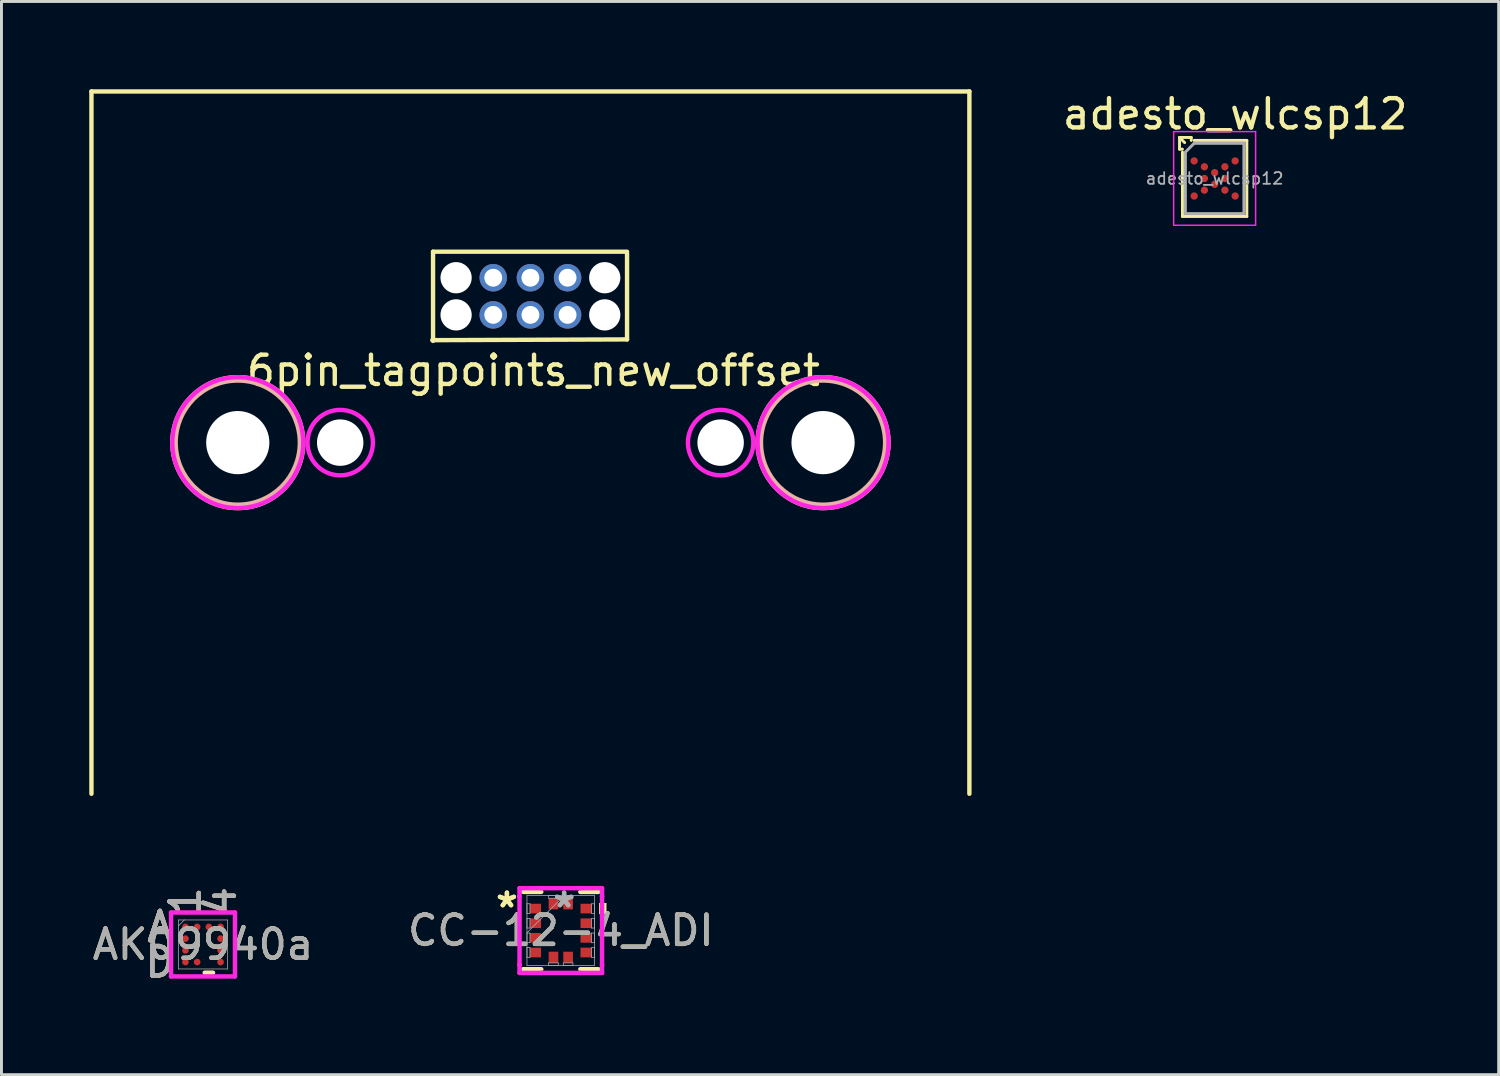
<source format=kicad_pcb>
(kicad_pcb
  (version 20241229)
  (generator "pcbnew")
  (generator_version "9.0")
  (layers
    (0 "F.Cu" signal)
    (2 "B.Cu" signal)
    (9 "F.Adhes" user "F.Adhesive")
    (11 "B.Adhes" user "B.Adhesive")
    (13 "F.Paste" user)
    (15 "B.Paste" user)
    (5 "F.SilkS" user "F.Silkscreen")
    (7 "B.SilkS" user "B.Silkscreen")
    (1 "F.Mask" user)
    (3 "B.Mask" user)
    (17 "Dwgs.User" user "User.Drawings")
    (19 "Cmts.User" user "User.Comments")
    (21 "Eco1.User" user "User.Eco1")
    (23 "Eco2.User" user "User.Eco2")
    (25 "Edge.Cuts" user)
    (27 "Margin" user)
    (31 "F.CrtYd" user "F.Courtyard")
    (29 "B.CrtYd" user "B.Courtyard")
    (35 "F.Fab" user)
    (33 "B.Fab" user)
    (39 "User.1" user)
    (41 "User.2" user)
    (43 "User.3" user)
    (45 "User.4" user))
  (footprint "adesto_wlcsp12"
    (layer "F.Cu")
    (at 38.456 3.048)
    (property "Reference" "adesto_wlcsp12" (at 0.7 -2.2 0) (layer "F.SilkS") (effects (font (size 1 1) (thickness 0.15))))
    (attr smd)
    (fp_line (start -1.2 -1.4) (end -1.025 -1.225) (stroke (width 0.1) (type solid)) (layer "F.SilkS"))
    (fp_line (start -1.2 -1) (end -1.2 -1.4) (stroke (width 0.1) (type solid)) (layer "F.SilkS"))
    (fp_line (start -1.2 -1) (end -1.1 -1) (stroke (width 0.1) (type solid)) (layer "F.SilkS"))
    (fp_line (start -1.1 1.3) (end -1.1 -0.9) (stroke (width 0.1) (type solid)) (layer "F.SilkS"))
    (fp_line (start -1.1 1.3) (end 1.1 1.3) (stroke (width 0.1) (type solid)) (layer "F.SilkS"))
    (fp_line (start -0.8 -1.4) (end -1.2 -1.4) (stroke (width 0.1) (type solid)) (layer "F.SilkS"))
    (fp_line (start -0.8 -1.4) (end -0.8 -1.3) (stroke (width 0.1) (type solid)) (layer "F.SilkS"))
    (fp_line (start 1.1 -1.3) (end -0.7 -1.3) (stroke (width 0.1) (type solid)) (layer "F.SilkS"))
    (fp_line (start 1.1 1.3) (end 1.1 -1.3) (stroke (width 0.1) (type solid)) (layer "F.SilkS"))
    (fp_line (start -1.4 1.6) (end -1.4 -1.6) (stroke (width 0.05) (type solid)) (layer "F.CrtYd"))
    (fp_line (start -1.4 1.6) (end 1.4 1.6) (stroke (width 0.05) (type solid)) (layer "F.CrtYd"))
    (fp_line (start 1.4 -1.6) (end -1.4 -1.6) (stroke (width 0.05) (type solid)) (layer "F.CrtYd"))
    (fp_line (start 1.4 1.6) (end 1.4 -1.6) (stroke (width 0.05) (type solid)) (layer "F.CrtYd"))
    (fp_line (start -1 -0.9) (end -1 1.2) (stroke (width 0.1) (type solid)) (layer "F.Fab"))
    (fp_line (start -1 1.2) (end 0.988 1.2) (stroke (width 0.1) (type solid)) (layer "F.Fab"))
    (fp_line (start -0.978 -0.922) (end -0.7 -1.2) (stroke (width 0.1) (type solid)) (layer "F.Fab"))
    (fp_line (start 1 -1.2) (end -0.7 -1.2) (stroke (width 0.1) (type solid)) (layer "F.Fab"))
    (fp_line (start 1 -1.2) (end 1 1.2) (stroke (width 0.1) (type solid)) (layer "F.Fab"))
    (fp_text user "${REFERENCE}" (at 0 0 0) (layer "F.Fab") (effects (font (size 0.4 0.4) (thickness 0.06))))
    (pad "A1" smd circle (at -0.7 -0.6) (size 0.25 0.25) (layers "F.Cu" "F.Mask" "F.Paste"))
    (pad "A5" smd circle (at 0.7 -0.6) (size 0.25 0.25) (layers "F.Cu" "F.Mask" "F.Paste"))
    (pad "B2" smd circle (at -0.35 -0.4) (size 0.25 0.25) (layers "F.Cu" "F.Mask" "F.Paste"))
    (pad "B4" smd circle (at 0.35 -0.4) (size 0.25 0.25) (layers "F.Cu" "F.Mask" "F.Paste"))
    (pad "C3" smd circle (at 0 -0.2) (size 0.25 0.25) (layers "F.Cu" "F.Mask" "F.Paste"))
    (pad "D2" smd circle (at -0.35 0) (size 0.25 0.25) (layers "F.Cu" "F.Mask" "F.Paste"))
    (pad "D4" smd circle (at 0.35 0) (size 0.25 0.25) (layers "F.Cu" "F.Mask" "F.Paste"))
    (pad "E3" smd circle (at 0 0.2) (size 0.25 0.25) (layers "F.Cu" "F.Mask" "F.Paste"))
    (pad "F2" smd circle (at -0.35 0.4) (size 0.25 0.25) (layers "F.Cu" "F.Mask" "F.Paste"))
    (pad "F4" smd circle (at 0.35 0.4) (size 0.25 0.25) (layers "F.Cu" "F.Mask" "F.Paste"))
    (pad "G1" smd circle (at -0.7 0.6) (size 0.25 0.25) (layers "F.Cu" "F.Mask" "F.Paste"))
    (pad "G5" smd circle (at 0.7 0.6) (size 0.25 0.25) (layers "F.Cu" "F.Mask" "F.Paste")))
  (footprint "AK09940a"
    (layer "F.Cu")
    (at 3.887 29.224)
    (property "Reference" "AK09940a" (at 0 0 0) (unlocked yes) (layer "F.SilkS") (effects (font (size 1 1) (thickness 0.15))))
    (attr smd)
    (fp_line (start 0.058 0.965) (end 0.342 0.965) (stroke (width 0.152) (type solid)) (layer "F.SilkS"))
    (fp_line (start -1.092 -1.092) (end 1.092 -1.092) (stroke (width 0.152) (type solid)) (layer "F.CrtYd"))
    (fp_line (start -1.092 1.092) (end -1.092 -1.092) (stroke (width 0.152) (type solid)) (layer "F.CrtYd"))
    (fp_line (start 1.092 -1.092) (end 1.092 1.092) (stroke (width 0.152) (type solid)) (layer "F.CrtYd"))
    (fp_line (start 1.092 1.092) (end -1.092 1.092) (stroke (width 0.152) (type solid)) (layer "F.CrtYd"))
    (fp_line (start -0.838 -0.838) (end -0.838 0.838) (stroke (width 0.025) (type solid)) (layer "F.Fab"))
    (fp_line (start -0.838 0.838) (end 0.838 0.838) (stroke (width 0.025) (type solid)) (layer "F.Fab"))
    (fp_line (start -0.638 -0.838) (end -0.838 -0.638) (stroke (width 0.025) (type solid)) (layer "F.Fab"))
    (fp_line (start 0.838 -0.838) (end -0.838 -0.838) (stroke (width 0.025) (type solid)) (layer "F.Fab"))
    (fp_line (start 0.838 0.838) (end 0.838 -0.838) (stroke (width 0.025) (type solid)) (layer "F.Fab"))
    (fp_text user "1" (at -0.6 -1.473 90) (unlocked yes) (layer "F.SilkS") (effects (font (size 1 1) (thickness 0.15))))
    (fp_text user "D" (at -1.473 0.6 0) (unlocked yes) (layer "F.SilkS") (effects (font (size 1 1) (thickness 0.15))))
    (fp_text user "A" (at -1.473 -0.6 0) (unlocked yes) (layer "F.SilkS") (effects (font (size 1 1) (thickness 0.15))))
    (fp_text user "4" (at 0.6 -1.473 90) (unlocked yes) (layer "F.SilkS") (effects (font (size 1 1) (thickness 0.15))))
    (fp_text user "A" (at -1.473 -0.6 0) (unlocked yes) (layer "B.SilkS") (effects (font (size 1 1) (thickness 0.15))))
    (fp_text user "1" (at -0.6 -1.473 90) (unlocked yes) (layer "B.SilkS") (effects (font (size 1 1) (thickness 0.15))))
    (fp_text user "D" (at -1.473 0.6 0) (unlocked yes) (layer "B.SilkS") (effects (font (size 1 1) (thickness 0.15))))
    (fp_text user "4" (at 0.6 -1.473 90) (unlocked yes) (layer "B.SilkS") (effects (font (size 1 1) (thickness 0.15))))
    (fp_text user "A" (at -1.473 -0.6 0) (unlocked yes) (layer "F.Fab") (effects (font (size 1 1) (thickness 0.15))))
    (fp_text user "${REFERENCE}" (at 0 0 0) (unlocked yes) (layer "F.Fab") (effects (font (size 1 1) (thickness 0.15))))
    (fp_text user "D" (at -1.473 0.6 0) (unlocked yes) (layer "F.Fab") (effects (font (size 1 1) (thickness 0.15))))
    (fp_text user "1" (at -0.6 -1.473 90) (unlocked yes) (layer "F.Fab") (effects (font (size 1 1) (thickness 0.15))))
    (fp_text user "4" (at 0.6 -1.473 90) (unlocked yes) (layer "F.Fab") (effects (font (size 1 1) (thickness 0.15))))
    (pad "A1" smd circle (at -0.6 -0.6) (size 0.229 0.229) (layers "F.Cu" "F.Mask" "F.Paste"))
    (pad "A2" smd circle (at -0.2 -0.6) (size 0.229 0.229) (layers "F.Cu" "F.Mask" "F.Paste"))
    (pad "A3" smd circle (at 0.2 -0.6) (size 0.229 0.229) (layers "F.Cu" "F.Mask" "F.Paste"))
    (pad "A4" smd circle (at 0.6 -0.6) (size 0.229 0.229) (layers "F.Cu" "F.Mask" "F.Paste"))
    (pad "B1" smd circle (at -0.6 -0.2) (size 0.229 0.229) (layers "F.Cu" "F.Mask" "F.Paste"))
    (pad "B4" smd circle (at 0.6 -0.2) (size 0.229 0.229) (layers "F.Cu" "F.Mask" "F.Paste"))
    (pad "C1" smd circle (at -0.6 0.2) (size 0.229 0.229) (layers "F.Cu" "F.Mask" "F.Paste"))
    (pad "C4" smd circle (at 0.6 0.2) (size 0.229 0.229) (layers "F.Cu" "F.Mask" "F.Paste"))
    (pad "D1" smd circle (at -0.6 0.6) (size 0.229 0.229) (layers "F.Cu" "F.Mask" "F.Paste"))
    (pad "D2" smd circle (at -0.2 0.6) (size 0.229 0.229) (layers "F.Cu" "F.Mask" "F.Paste"))
    (pad "D4" smd circle (at 0.6 0.6) (size 0.229 0.229) (layers "F.Cu" "F.Mask" "F.Paste")))
  (footprint "6pin_tagpoints_new_offset"
    (layer "F.Cu")
    (at 15.075 7.075)
    (property "Reference" "6pin_tagpoints_new_offset" (at 0.1 2.54 0) (layer "F.SilkS") (effects (font (size 1 1) (thickness 0.15))))
    (attr through_hole)
    (fp_line (start -15 -7) (end -15 17) (stroke (width 0.15) (type solid)) (layer "F.SilkS"))
    (fp_line (start -3.327 -1.524) (end 3.302 -1.524) (stroke (width 0.15) (type solid)) (layer "F.SilkS"))
    (fp_line (start -3.327 1.524) (end -3.327 -1.524) (stroke (width 0.15) (type solid)) (layer "F.SilkS"))
    (fp_line (start 3.302 -1.473) (end 3.302 1.475) (stroke (width 0.15) (type solid)) (layer "F.SilkS"))
    (fp_line (start 3.302 1.473) (end -3.353 1.499) (stroke (width 0.15) (type solid)) (layer "F.SilkS"))
    (fp_line (start 15 -7) (end -15 -7) (stroke (width 0.15) (type solid)) (layer "F.SilkS"))
    (fp_line (start 15 17) (end 15 -7) (stroke (width 0.15) (type solid)) (layer "F.SilkS"))
    (fp_circle (center -10 5) (end -9 7) (stroke (width 0.15) (type solid)) (fill no) (layer "F.SilkS"))
    (fp_circle (center 10 5) (end 11 7) (stroke (width 0.15) (type solid)) (fill no) (layer "F.SilkS"))
    (fp_circle (center -10 5) (end -8.5 6.5) (stroke (width 0.15) (type solid)) (fill no) (layer "B.SilkS"))
    (fp_circle (center 10 5) (end 11.5 6.5) (stroke (width 0.15) (type solid)) (fill no) (layer "B.SilkS"))
    (fp_circle (center -10 5) (end -8 6) (stroke (width 0.15) (type solid)) (fill no) (layer "F.CrtYd"))
    (fp_circle (center -6.5 5) (end -5.382 5) (stroke (width 0.15) (type solid)) (fill no) (layer "F.CrtYd"))
    (fp_circle (center 6.5 5) (end 7.618 5) (stroke (width 0.15) (type solid)) (fill no) (layer "F.CrtYd"))
    (fp_circle (center 10 5) (end 12 6) (stroke (width 0.15) (type solid)) (fill no) (layer "F.CrtYd"))
    (pad "" np_thru_hole circle (at -10 5) (size 2.16 2.16) (drill 2.16) (layers "*.Cu" "*.Mask"))
    (pad "" np_thru_hole circle (at -6.5 5) (size 1.587 1.587) (drill 1.587) (layers "*.Cu" "*.Mask"))
    (pad "" np_thru_hole circle (at -2.54 -0.635) (size 1.067 1.067) (drill 1.067) (layers "*.Cu"))
    (pad "" np_thru_hole circle (at -2.54 0.635) (size 1.067 1.067) (drill 1.067) (layers "*.Cu"))
    (pad "" np_thru_hole circle (at 2.54 -0.635) (size 1.067 1.067) (drill 1.067) (layers "*.Cu"))
    (pad "" np_thru_hole circle (at 2.54 0.635) (size 1.067 1.067) (drill 1.067) (layers "*.Cu"))
    (pad "" np_thru_hole circle (at 6.5 5) (size 1.587 1.587) (drill 1.587) (layers "*.Cu" "*.Mask"))
    (pad "" np_thru_hole circle (at 10 5) (size 2.16 2.16) (drill 2.16) (layers "*.Cu" "*.Mask"))
    (pad "1" thru_hole circle (at -1.27 0.635) (size 0.94 0.94) (drill 0.61) (layers "*.Cu" "*.Mask"))
    (pad "2" thru_hole circle (at -1.27 -0.635) (size 0.94 0.94) (drill 0.61) (layers "*.Cu" "*.Mask"))
    (pad "3" thru_hole circle (at 0 0.635) (size 0.94 0.94) (drill 0.61) (layers "*.Cu" "*.Mask"))
    (pad "4" thru_hole circle (at 0 -0.635) (size 0.94 0.94) (drill 0.61) (layers "*.Cu" "*.Mask"))
    (pad "5" thru_hole circle (at 1.27 0.635) (size 0.94 0.94) (drill 0.61) (layers "*.Cu" "*.Mask"))
    (pad "6" thru_hole circle (at 1.27 -0.635) (size 0.94 0.94) (drill 0.61) (layers "*.Cu" "*.Mask")))
  (footprint "CC-12-4_ADI"
    (layer "F.Cu")
    (at 16.113 28.748)
    (property "Reference" "CC-12-4_ADI" (at 0 0 0) (unlocked yes) (layer "F.SilkS") (effects (font (size 1 1) (thickness 0.15))))
    (attr smd)
    (fp_line (start -1.283 1.321) (end -0.668 1.321) (stroke (width 0.152) (type solid)) (layer "F.SilkS"))
    (fp_line (start -0.668 -1.321) (end -1.283 -1.321) (stroke (width 0.152) (type solid)) (layer "F.SilkS"))
    (fp_line (start 0.668 1.321) (end 1.283 1.321) (stroke (width 0.152) (type solid)) (layer "F.SilkS"))
    (fp_line (start 1.283 -1.321) (end 0.668 -1.321) (stroke (width 0.152) (type solid)) (layer "F.SilkS"))
    (fp_poly (pts (xy 1.562 -0.941) (xy 1.562 -0.56) (xy 1.308 -0.56) (xy 1.308 -0.941)) (stroke (width 0) (type solid)) (fill yes) (layer "F.SilkS"))
    (fp_line (start -1.41 -1.448) (end -0.669 -1.448) (stroke (width 0.152) (type solid)) (layer "F.CrtYd"))
    (fp_line (start -1.41 -1.169) (end -1.41 -1.448) (stroke (width 0.152) (type solid)) (layer "F.CrtYd"))
    (fp_line (start -1.41 -1.169) (end -1.41 -1.169) (stroke (width 0.152) (type solid)) (layer "F.CrtYd"))
    (fp_line (start -1.41 1.169) (end -1.41 -1.169) (stroke (width 0.152) (type solid)) (layer "F.CrtYd"))
    (fp_line (start -1.41 1.169) (end -1.41 1.169) (stroke (width 0.152) (type solid)) (layer "F.CrtYd"))
    (fp_line (start -1.41 1.448) (end -1.41 1.169) (stroke (width 0.152) (type solid)) (layer "F.CrtYd"))
    (fp_line (start -0.669 -1.448) (end -0.669 -1.448) (stroke (width 0.152) (type solid)) (layer "F.CrtYd"))
    (fp_line (start -0.669 -1.448) (end 0.669 -1.448) (stroke (width 0.152) (type solid)) (layer "F.CrtYd"))
    (fp_line (start -0.669 1.448) (end -1.41 1.448) (stroke (width 0.152) (type solid)) (layer "F.CrtYd"))
    (fp_line (start -0.669 1.448) (end -0.669 1.448) (stroke (width 0.152) (type solid)) (layer "F.CrtYd"))
    (fp_line (start 0.669 -1.448) (end 0.669 -1.448) (stroke (width 0.152) (type solid)) (layer "F.CrtYd"))
    (fp_line (start 0.669 -1.448) (end 1.41 -1.448) (stroke (width 0.152) (type solid)) (layer "F.CrtYd"))
    (fp_line (start 0.669 1.448) (end -0.669 1.448) (stroke (width 0.152) (type solid)) (layer "F.CrtYd"))
    (fp_line (start 0.669 1.448) (end 0.669 1.448) (stroke (width 0.152) (type solid)) (layer "F.CrtYd"))
    (fp_line (start 1.41 -1.448) (end 1.41 -1.169) (stroke (width 0.152) (type solid)) (layer "F.CrtYd"))
    (fp_line (start 1.41 -1.169) (end 1.41 -1.169) (stroke (width 0.152) (type solid)) (layer "F.CrtYd"))
    (fp_line (start 1.41 -1.169) (end 1.41 1.169) (stroke (width 0.152) (type solid)) (layer "F.CrtYd"))
    (fp_line (start 1.41 1.169) (end 1.41 1.169) (stroke (width 0.152) (type solid)) (layer "F.CrtYd"))
    (fp_line (start 1.41 1.169) (end 1.41 1.448) (stroke (width 0.152) (type solid)) (layer "F.CrtYd"))
    (fp_line (start 1.41 1.448) (end 0.669 1.448) (stroke (width 0.152) (type solid)) (layer "F.CrtYd"))
    (fp_line (start -1.156 -1.194) (end -1.156 1.194) (stroke (width 0.025) (type solid)) (layer "F.Fab"))
    (fp_line (start -1.156 -0.915) (end -1.054 -0.915) (stroke (width 0.025) (type solid)) (layer "F.Fab"))
    (fp_line (start -1.156 -0.585) (end -1.156 -0.915) (stroke (width 0.025) (type solid)) (layer "F.Fab"))
    (fp_line (start -1.156 -0.415) (end -1.054 -0.415) (stroke (width 0.025) (type solid)) (layer "F.Fab"))
    (fp_line (start -1.156 -0.085) (end -1.156 -0.415) (stroke (width 0.025) (type solid)) (layer "F.Fab"))
    (fp_line (start -1.156 0.076) (end 0.114 -1.194) (stroke (width 0.025) (type solid)) (layer "F.Fab"))
    (fp_line (start -1.156 0.085) (end -1.054 0.085) (stroke (width 0.025) (type solid)) (layer "F.Fab"))
    (fp_line (start -1.156 0.415) (end -1.156 0.085) (stroke (width 0.025) (type solid)) (layer "F.Fab"))
    (fp_line (start -1.156 0.585) (end -1.054 0.585) (stroke (width 0.025) (type solid)) (layer "F.Fab"))
    (fp_line (start -1.156 0.915) (end -1.156 0.585) (stroke (width 0.025) (type solid)) (layer "F.Fab"))
    (fp_line (start -1.156 1.194) (end 1.156 1.194) (stroke (width 0.025) (type solid)) (layer "F.Fab"))
    (fp_line (start -1.054 -0.915) (end -1.054 -0.585) (stroke (width 0.025) (type solid)) (layer "F.Fab"))
    (fp_line (start -1.054 -0.585) (end -1.156 -0.585) (stroke (width 0.025) (type solid)) (layer "F.Fab"))
    (fp_line (start -1.054 -0.415) (end -1.054 -0.085) (stroke (width 0.025) (type solid)) (layer "F.Fab"))
    (fp_line (start -1.054 -0.085) (end -1.156 -0.085) (stroke (width 0.025) (type solid)) (layer "F.Fab"))
    (fp_line (start -1.054 0.085) (end -1.054 0.415) (stroke (width 0.025) (type solid)) (layer "F.Fab"))
    (fp_line (start -1.054 0.415) (end -1.156 0.415) (stroke (width 0.025) (type solid)) (layer "F.Fab"))
    (fp_line (start -1.054 0.585) (end -1.054 0.915) (stroke (width 0.025) (type solid)) (layer "F.Fab"))
    (fp_line (start -1.054 0.915) (end -1.156 0.915) (stroke (width 0.025) (type solid)) (layer "F.Fab"))
    (fp_line (start -0.415 -1.194) (end -0.085 -1.194) (stroke (width 0.025) (type solid)) (layer "F.Fab"))
    (fp_line (start -0.415 -1.105) (end -0.415 -1.194) (stroke (width 0.025) (type solid)) (layer "F.Fab"))
    (fp_line (start -0.415 1.105) (end -0.085 1.105) (stroke (width 0.025) (type solid)) (layer "F.Fab"))
    (fp_line (start -0.415 1.194) (end -0.415 1.105) (stroke (width 0.025) (type solid)) (layer "F.Fab"))
    (fp_line (start -0.085 -1.194) (end -0.085 -1.105) (stroke (width 0.025) (type solid)) (layer "F.Fab"))
    (fp_line (start -0.085 -1.105) (end -0.415 -1.105) (stroke (width 0.025) (type solid)) (layer "F.Fab"))
    (fp_line (start -0.085 1.105) (end -0.085 1.194) (stroke (width 0.025) (type solid)) (layer "F.Fab"))
    (fp_line (start -0.085 1.194) (end -0.415 1.194) (stroke (width 0.025) (type solid)) (layer "F.Fab"))
    (fp_line (start 0.085 -1.194) (end 0.415 -1.194) (stroke (width 0.025) (type solid)) (layer "F.Fab"))
    (fp_line (start 0.085 -1.105) (end 0.085 -1.194) (stroke (width 0.025) (type solid)) (layer "F.Fab"))
    (fp_line (start 0.085 1.105) (end 0.415 1.105) (stroke (width 0.025) (type solid)) (layer "F.Fab"))
    (fp_line (start 0.085 1.194) (end 0.085 1.105) (stroke (width 0.025) (type solid)) (layer "F.Fab"))
    (fp_line (start 0.415 -1.194) (end 0.415 -1.105) (stroke (width 0.025) (type solid)) (layer "F.Fab"))
    (fp_line (start 0.415 -1.105) (end 0.085 -1.105) (stroke (width 0.025) (type solid)) (layer "F.Fab"))
    (fp_line (start 0.415 1.105) (end 0.415 1.194) (stroke (width 0.025) (type solid)) (layer "F.Fab"))
    (fp_line (start 0.415 1.194) (end 0.085 1.194) (stroke (width 0.025) (type solid)) (layer "F.Fab"))
    (fp_line (start 1.054 -0.915) (end 1.156 -0.915) (stroke (width 0.025) (type solid)) (layer "F.Fab"))
    (fp_line (start 1.054 -0.585) (end 1.054 -0.915) (stroke (width 0.025) (type solid)) (layer "F.Fab"))
    (fp_line (start 1.054 -0.415) (end 1.156 -0.415) (stroke (width 0.025) (type solid)) (layer "F.Fab"))
    (fp_line (start 1.054 -0.085) (end 1.054 -0.415) (stroke (width 0.025) (type solid)) (layer "F.Fab"))
    (fp_line (start 1.054 0.085) (end 1.156 0.085) (stroke (width 0.025) (type solid)) (layer "F.Fab"))
    (fp_line (start 1.054 0.415) (end 1.054 0.085) (stroke (width 0.025) (type solid)) (layer "F.Fab"))
    (fp_line (start 1.054 0.585) (end 1.156 0.585) (stroke (width 0.025) (type solid)) (layer "F.Fab"))
    (fp_line (start 1.054 0.915) (end 1.054 0.585) (stroke (width 0.025) (type solid)) (layer "F.Fab"))
    (fp_line (start 1.156 -1.194) (end -1.156 -1.194) (stroke (width 0.025) (type solid)) (layer "F.Fab"))
    (fp_line (start 1.156 -0.915) (end 1.156 -0.585) (stroke (width 0.025) (type solid)) (layer "F.Fab"))
    (fp_line (start 1.156 -0.585) (end 1.054 -0.585) (stroke (width 0.025) (type solid)) (layer "F.Fab"))
    (fp_line (start 1.156 -0.415) (end 1.156 -0.085) (stroke (width 0.025) (type solid)) (layer "F.Fab"))
    (fp_line (start 1.156 -0.085) (end 1.054 -0.085) (stroke (width 0.025) (type solid)) (layer "F.Fab"))
    (fp_line (start 1.156 0.085) (end 1.156 0.415) (stroke (width 0.025) (type solid)) (layer "F.Fab"))
    (fp_line (start 1.156 0.415) (end 1.054 0.415) (stroke (width 0.025) (type solid)) (layer "F.Fab"))
    (fp_line (start 1.156 0.585) (end 1.156 0.915) (stroke (width 0.025) (type solid)) (layer "F.Fab"))
    (fp_line (start 1.156 0.915) (end 1.054 0.915) (stroke (width 0.025) (type solid)) (layer "F.Fab"))
    (fp_line (start 1.156 1.194) (end 1.156 -1.194) (stroke (width 0.025) (type solid)) (layer "F.Fab"))
    (fp_text user "*" (at -1.841 -0.75 0) (layer "F.SilkS") (effects (font (size 1 1) (thickness 0.15))))
    (fp_text user "*" (at -1.841 -0.75 0) (unlocked yes) (layer "F.SilkS") (effects (font (size 1 1) (thickness 0.15))))
    (fp_text user "${REFERENCE}" (at 0 0 0) (unlocked yes) (layer "F.Fab") (effects (font (size 1 1) (thickness 0.15))))
    (fp_text user "*" (at 0.114 -0.75 0) (layer "F.Fab") (effects (font (size 1 1) (thickness 0.15))))
    (fp_text user "*" (at 0.114 -0.75 0) (unlocked yes) (layer "F.Fab") (effects (font (size 1 1) (thickness 0.15))))
    (pad "1" smd rect (at -0.864 -0.75 90) (size 0.33 0.381) (layers "F.Cu" "F.Mask" "F.Paste"))
    (pad "2" smd rect (at -0.864 -0.25 90) (size 0.33 0.381) (layers "F.Cu" "F.Mask" "F.Paste"))
    (pad "3" smd rect (at -0.864 0.25 90) (size 0.33 0.381) (layers "F.Cu" "F.Mask" "F.Paste"))
    (pad "4" smd rect (at -0.864 0.75 90) (size 0.33 0.381) (layers "F.Cu" "F.Mask" "F.Paste"))
    (pad "5" smd rect (at -0.25 0.914) (size 0.33 0.381) (layers "F.Cu" "F.Mask" "F.Paste"))
    (pad "6" smd rect (at 0.25 0.914) (size 0.33 0.381) (layers "F.Cu" "F.Mask" "F.Paste"))
    (pad "7" smd rect (at 0.864 0.75 90) (size 0.33 0.381) (layers "F.Cu" "F.Mask" "F.Paste"))
    (pad "8" smd rect (at 0.864 0.25 90) (size 0.33 0.381) (layers "F.Cu" "F.Mask" "F.Paste"))
    (pad "9" smd rect (at 0.864 -0.25 90) (size 0.33 0.381) (layers "F.Cu" "F.Mask" "F.Paste"))
    (pad "10" smd rect (at 0.864 -0.75 90) (size 0.33 0.381) (layers "F.Cu" "F.Mask" "F.Paste"))
    (pad "11" smd rect (at 0.25 -0.914) (size 0.33 0.381) (layers "F.Cu" "F.Mask" "F.Paste"))
    (pad "12" smd rect (at -0.25 -0.914) (size 0.33 0.381) (layers "F.Cu" "F.Mask" "F.Paste")))
  (gr_rect
    (start -3 -3)
    (end 48.162 33.673)
    (stroke (width 0.1) (type default))
    (fill no)
    (layer "Edge.Cuts")))
</source>
